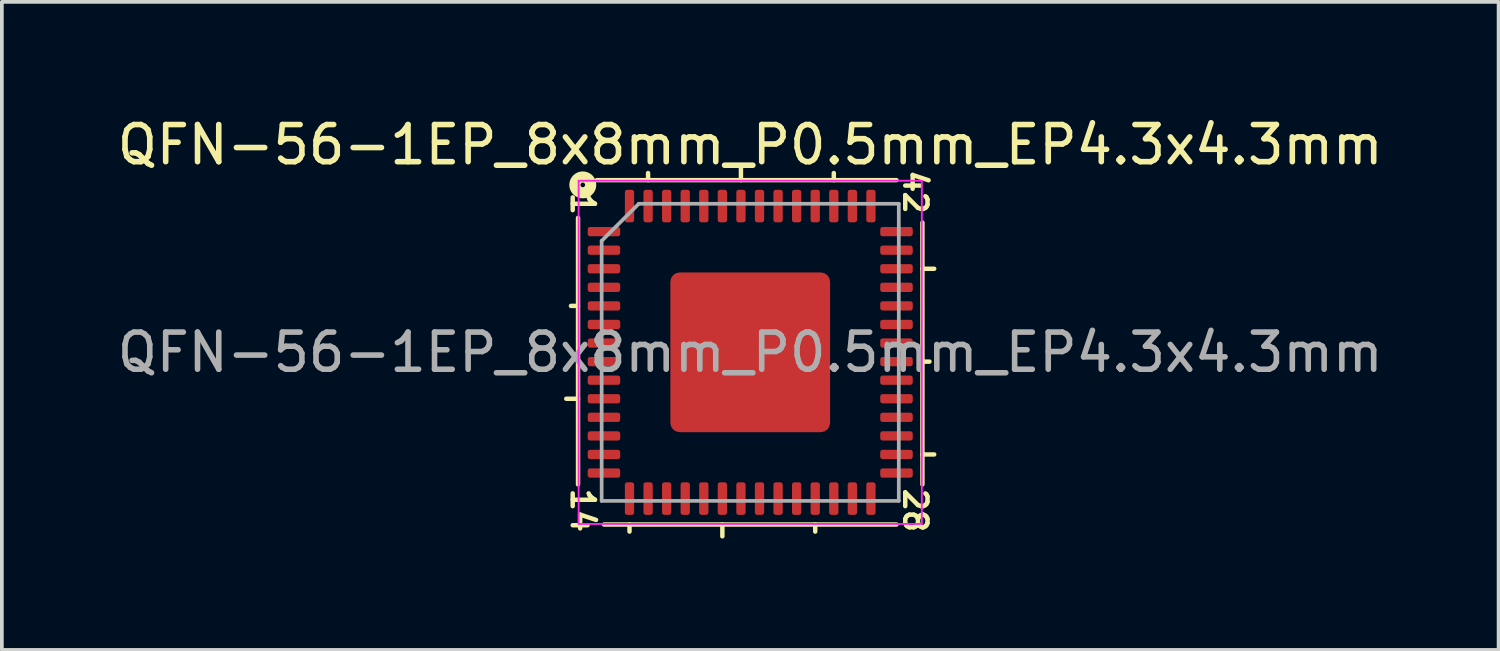
<source format=kicad_pcb>
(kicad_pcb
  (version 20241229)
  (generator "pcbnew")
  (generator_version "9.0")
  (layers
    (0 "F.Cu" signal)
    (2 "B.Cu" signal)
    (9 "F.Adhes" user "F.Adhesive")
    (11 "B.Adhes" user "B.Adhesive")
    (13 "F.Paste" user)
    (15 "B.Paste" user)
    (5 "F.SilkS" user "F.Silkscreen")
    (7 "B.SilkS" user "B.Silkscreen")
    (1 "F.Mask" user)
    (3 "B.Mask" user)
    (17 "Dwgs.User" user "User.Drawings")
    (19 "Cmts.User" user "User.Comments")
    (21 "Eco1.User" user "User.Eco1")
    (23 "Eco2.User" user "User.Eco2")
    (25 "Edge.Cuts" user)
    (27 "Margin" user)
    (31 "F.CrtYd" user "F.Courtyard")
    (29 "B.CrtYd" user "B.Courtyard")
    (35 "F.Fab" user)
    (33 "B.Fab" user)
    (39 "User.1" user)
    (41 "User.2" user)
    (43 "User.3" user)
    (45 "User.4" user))
  (footprint "QFN-56-1EP_8x8mm_P0.5mm_EP4.3x4.3mm"
    (layer "F.Cu")
    (at 17.149 6.436)
    (property "Reference" "QFN-56-1EP_8x8mm_P0.5mm_EP4.3x4.3mm" (at 0 -5.588 0) (layer "F.SilkS") (effects (font (size 1 1) (thickness 0.15))))
    (attr smd)
    (fp_line (start -4.636 -3.619) (end -4.636 3.556) (stroke (width 0.12) (type solid)) (layer "F.SilkS"))
    (fp_line (start -4.636 -1.25) (end -4.826 -1.25) (stroke (width 0.12) (type solid)) (layer "F.SilkS"))
    (fp_line (start -4.636 1.25) (end -4.953 1.25) (stroke (width 0.12) (type solid)) (layer "F.SilkS"))
    (fp_line (start -3.937 4.636) (end 3.937 4.636) (stroke (width 0.12) (type solid)) (layer "F.SilkS"))
    (fp_line (start -3.25 4.826) (end -3.25 4.636) (stroke (width 0.12) (type solid)) (layer "F.SilkS"))
    (fp_line (start -2.75 -4.636) (end -2.75 -4.826) (stroke (width 0.12) (type solid)) (layer "F.SilkS"))
    (fp_line (start -0.75 4.953) (end -0.75 4.636) (stroke (width 0.12) (type solid)) (layer "F.SilkS"))
    (fp_line (start -0.25 -4.636) (end -0.25 -4.953) (stroke (width 0.12) (type solid)) (layer "F.SilkS"))
    (fp_line (start 1.75 4.826) (end 1.75 4.636) (stroke (width 0.12) (type solid)) (layer "F.SilkS"))
    (fp_line (start 2.25 -4.636) (end 2.25 -4.826) (stroke (width 0.12) (type solid)) (layer "F.SilkS"))
    (fp_line (start 3.937 -4.636) (end -4.128 -4.636) (stroke (width 0.12) (type solid)) (layer "F.SilkS"))
    (fp_line (start 4.636 -2.25) (end 4.953 -2.25) (stroke (width 0.12) (type solid)) (layer "F.SilkS"))
    (fp_line (start 4.636 0.25) (end 4.826 0.25) (stroke (width 0.12) (type solid)) (layer "F.SilkS"))
    (fp_line (start 4.636 2.75) (end 4.953 2.75) (stroke (width 0.12) (type solid)) (layer "F.SilkS"))
    (fp_line (start 4.636 3.556) (end 4.636 -3.493) (stroke (width 0.12) (type solid)) (layer "F.SilkS"))
    (fp_circle (center -4.508 -4.508) (end -4.445 -4.508) (stroke (width 0.3) (type solid)) (fill no) (layer "F.SilkS"))
    (fp_line (start -4.62 -4.62) (end -4.62 4.62) (stroke (width 0.05) (type solid)) (layer "F.CrtYd"))
    (fp_line (start -4.62 4.62) (end 4.62 4.62) (stroke (width 0.05) (type solid)) (layer "F.CrtYd"))
    (fp_line (start 4.62 -4.62) (end -4.62 -4.62) (stroke (width 0.05) (type solid)) (layer "F.CrtYd"))
    (fp_line (start 4.62 4.62) (end 4.62 -4.62) (stroke (width 0.05) (type solid)) (layer "F.CrtYd"))
    (fp_line (start -4 -3) (end -3 -4) (stroke (width 0.1) (type solid)) (layer "F.Fab"))
    (fp_line (start -4 4) (end -4 -3) (stroke (width 0.1) (type solid)) (layer "F.Fab"))
    (fp_line (start -3 -4) (end 4 -4) (stroke (width 0.1) (type solid)) (layer "F.Fab"))
    (fp_line (start 4 -4) (end 4 4) (stroke (width 0.1) (type solid)) (layer "F.Fab"))
    (fp_line (start 4 4) (end -4 4) (stroke (width 0.1) (type solid)) (layer "F.Fab"))
    (fp_text user "14" (at -4.508 4.255 270) (unlocked yes) (layer "F.SilkS") (effects (font (size 0.6 0.6) (thickness 0.12))))
    (fp_text user "28" (at 4.445 4.255 270) (unlocked yes) (layer "F.SilkS") (effects (font (size 0.6 0.6) (thickness 0.12))))
    (fp_text user "42" (at 4.445 -4.318 270) (unlocked yes) (layer "F.SilkS") (effects (font (size 0.6 0.6) (thickness 0.12))))
    (fp_text user "1" (at -4.508 -4 270) (unlocked yes) (layer "F.SilkS") (effects (font (size 0.6 0.6) (thickness 0.12))))
    (fp_text user "${REFERENCE}" (at 0 0 0) (layer "F.Fab") (effects (font (size 1 1) (thickness 0.15))))
    (pad "" smd roundrect (at -1.62 -1.62) (size 0.87 0.87) (layers "F.Paste") (roundrect_rratio 0.25))
    (pad "" smd roundrect (at -1.62 -0.54) (size 0.87 0.87) (layers "F.Paste") (roundrect_rratio 0.25))
    (pad "" smd roundrect (at -1.62 0.54) (size 0.87 0.87) (layers "F.Paste") (roundrect_rratio 0.25))
    (pad "" smd roundrect (at -1.62 1.62) (size 0.87 0.87) (layers "F.Paste") (roundrect_rratio 0.25))
    (pad "" smd roundrect (at -0.54 -1.62) (size 0.87 0.87) (layers "F.Paste") (roundrect_rratio 0.25))
    (pad "" smd roundrect (at -0.54 -0.54) (size 0.87 0.87) (layers "F.Paste") (roundrect_rratio 0.25))
    (pad "" smd roundrect (at -0.54 0.54) (size 0.87 0.87) (layers "F.Paste") (roundrect_rratio 0.25))
    (pad "" smd roundrect (at -0.54 1.62) (size 0.87 0.87) (layers "F.Paste") (roundrect_rratio 0.25))
    (pad "" smd roundrect (at 0.54 -1.62) (size 0.87 0.87) (layers "F.Paste") (roundrect_rratio 0.25))
    (pad "" smd roundrect (at 0.54 -0.54) (size 0.87 0.87) (layers "F.Paste") (roundrect_rratio 0.25))
    (pad "" smd roundrect (at 0.54 0.54) (size 0.87 0.87) (layers "F.Paste") (roundrect_rratio 0.25))
    (pad "" smd roundrect (at 0.54 1.62) (size 0.87 0.87) (layers "F.Paste") (roundrect_rratio 0.25))
    (pad "" smd roundrect (at 1.62 -1.62) (size 0.87 0.87) (layers "F.Paste") (roundrect_rratio 0.25))
    (pad "" smd roundrect (at 1.62 -0.54) (size 0.87 0.87) (layers "F.Paste") (roundrect_rratio 0.25))
    (pad "" smd roundrect (at 1.62 0.54) (size 0.87 0.87) (layers "F.Paste") (roundrect_rratio 0.25))
    (pad "" smd roundrect (at 1.62 1.62) (size 0.87 0.87) (layers "F.Paste") (roundrect_rratio 0.25))
    (pad "1" smd roundrect (at -3.938 -3.25) (size 0.875 0.25) (layers "F.Cu" "F.Mask" "F.Paste") (roundrect_rratio 0.25))
    (pad "2" smd roundrect (at -3.938 -2.75) (size 0.875 0.25) (layers "F.Cu" "F.Mask" "F.Paste") (roundrect_rratio 0.25))
    (pad "3" smd roundrect (at -3.938 -2.25) (size 0.875 0.25) (layers "F.Cu" "F.Mask" "F.Paste") (roundrect_rratio 0.25))
    (pad "4" smd roundrect (at -3.938 -1.75) (size 0.875 0.25) (layers "F.Cu" "F.Mask" "F.Paste") (roundrect_rratio 0.25))
    (pad "5" smd roundrect (at -3.938 -1.25) (size 0.875 0.25) (layers "F.Cu" "F.Mask" "F.Paste") (roundrect_rratio 0.25))
    (pad "6" smd roundrect (at -3.938 -0.75) (size 0.875 0.25) (layers "F.Cu" "F.Mask" "F.Paste") (roundrect_rratio 0.25))
    (pad "7" smd roundrect (at -3.938 -0.25) (size 0.875 0.25) (layers "F.Cu" "F.Mask" "F.Paste") (roundrect_rratio 0.25))
    (pad "8" smd roundrect (at -3.938 0.25) (size 0.875 0.25) (layers "F.Cu" "F.Mask" "F.Paste") (roundrect_rratio 0.25))
    (pad "9" smd roundrect (at -3.938 0.75) (size 0.875 0.25) (layers "F.Cu" "F.Mask" "F.Paste") (roundrect_rratio 0.25))
    (pad "10" smd roundrect (at -3.938 1.25) (size 0.875 0.25) (layers "F.Cu" "F.Mask" "F.Paste") (roundrect_rratio 0.25))
    (pad "11" smd roundrect (at -3.938 1.75) (size 0.875 0.25) (layers "F.Cu" "F.Mask" "F.Paste") (roundrect_rratio 0.25))
    (pad "12" smd roundrect (at -3.938 2.25) (size 0.875 0.25) (layers "F.Cu" "F.Mask" "F.Paste") (roundrect_rratio 0.25))
    (pad "13" smd roundrect (at -3.938 2.75) (size 0.875 0.25) (layers "F.Cu" "F.Mask" "F.Paste") (roundrect_rratio 0.25))
    (pad "14" smd roundrect (at -3.938 3.25) (size 0.875 0.25) (layers "F.Cu" "F.Mask" "F.Paste") (roundrect_rratio 0.25))
    (pad "15" smd roundrect (at -3.25 3.938) (size 0.25 0.875) (layers "F.Cu" "F.Mask" "F.Paste") (roundrect_rratio 0.25))
    (pad "16" smd roundrect (at -2.75 3.938) (size 0.25 0.875) (layers "F.Cu" "F.Mask" "F.Paste") (roundrect_rratio 0.25))
    (pad "17" smd roundrect (at -2.25 3.938) (size 0.25 0.875) (layers "F.Cu" "F.Mask" "F.Paste") (roundrect_rratio 0.25))
    (pad "18" smd roundrect (at -1.75 3.938) (size 0.25 0.875) (layers "F.Cu" "F.Mask" "F.Paste") (roundrect_rratio 0.25))
    (pad "19" smd roundrect (at -1.25 3.938) (size 0.25 0.875) (layers "F.Cu" "F.Mask" "F.Paste") (roundrect_rratio 0.25))
    (pad "20" smd roundrect (at -0.75 3.938) (size 0.25 0.875) (layers "F.Cu" "F.Mask" "F.Paste") (roundrect_rratio 0.25))
    (pad "21" smd roundrect (at -0.25 3.938) (size 0.25 0.875) (layers "F.Cu" "F.Mask" "F.Paste") (roundrect_rratio 0.25))
    (pad "22" smd roundrect (at 0.25 3.938) (size 0.25 0.875) (layers "F.Cu" "F.Mask" "F.Paste") (roundrect_rratio 0.25))
    (pad "23" smd roundrect (at 0.75 3.938) (size 0.25 0.875) (layers "F.Cu" "F.Mask" "F.Paste") (roundrect_rratio 0.25))
    (pad "24" smd roundrect (at 1.25 3.938) (size 0.25 0.875) (layers "F.Cu" "F.Mask" "F.Paste") (roundrect_rratio 0.25))
    (pad "25" smd roundrect (at 1.75 3.938) (size 0.25 0.875) (layers "F.Cu" "F.Mask" "F.Paste") (roundrect_rratio 0.25))
    (pad "26" smd roundrect (at 2.25 3.938) (size 0.25 0.875) (layers "F.Cu" "F.Mask" "F.Paste") (roundrect_rratio 0.25))
    (pad "27" smd roundrect (at 2.75 3.938) (size 0.25 0.875) (layers "F.Cu" "F.Mask" "F.Paste") (roundrect_rratio 0.25))
    (pad "28" smd roundrect (at 3.25 3.938) (size 0.25 0.875) (layers "F.Cu" "F.Mask" "F.Paste") (roundrect_rratio 0.25))
    (pad "29" smd roundrect (at 3.938 3.25) (size 0.875 0.25) (layers "F.Cu" "F.Mask" "F.Paste") (roundrect_rratio 0.25))
    (pad "30" smd roundrect (at 3.938 2.75) (size 0.875 0.25) (layers "F.Cu" "F.Mask" "F.Paste") (roundrect_rratio 0.25))
    (pad "31" smd roundrect (at 3.938 2.25) (size 0.875 0.25) (layers "F.Cu" "F.Mask" "F.Paste") (roundrect_rratio 0.25))
    (pad "32" smd roundrect (at 3.938 1.75) (size 0.875 0.25) (layers "F.Cu" "F.Mask" "F.Paste") (roundrect_rratio 0.25))
    (pad "33" smd roundrect (at 3.938 1.25) (size 0.875 0.25) (layers "F.Cu" "F.Mask" "F.Paste") (roundrect_rratio 0.25))
    (pad "34" smd roundrect (at 3.938 0.75) (size 0.875 0.25) (layers "F.Cu" "F.Mask" "F.Paste") (roundrect_rratio 0.25))
    (pad "35" smd roundrect (at 3.938 0.25) (size 0.875 0.25) (layers "F.Cu" "F.Mask" "F.Paste") (roundrect_rratio 0.25))
    (pad "36" smd roundrect (at 3.938 -0.25) (size 0.875 0.25) (layers "F.Cu" "F.Mask" "F.Paste") (roundrect_rratio 0.25))
    (pad "37" smd roundrect (at 3.938 -0.75) (size 0.875 0.25) (layers "F.Cu" "F.Mask" "F.Paste") (roundrect_rratio 0.25))
    (pad "38" smd roundrect (at 3.938 -1.25) (size 0.875 0.25) (layers "F.Cu" "F.Mask" "F.Paste") (roundrect_rratio 0.25))
    (pad "39" smd roundrect (at 3.938 -1.75) (size 0.875 0.25) (layers "F.Cu" "F.Mask" "F.Paste") (roundrect_rratio 0.25))
    (pad "40" smd roundrect (at 3.938 -2.25) (size 0.875 0.25) (layers "F.Cu" "F.Mask" "F.Paste") (roundrect_rratio 0.25))
    (pad "41" smd roundrect (at 3.938 -2.75) (size 0.875 0.25) (layers "F.Cu" "F.Mask" "F.Paste") (roundrect_rratio 0.25))
    (pad "42" smd roundrect (at 3.938 -3.25) (size 0.875 0.25) (layers "F.Cu" "F.Mask" "F.Paste") (roundrect_rratio 0.25))
    (pad "43" smd roundrect (at 3.25 -3.938) (size 0.25 0.875) (layers "F.Cu" "F.Mask" "F.Paste") (roundrect_rratio 0.25))
    (pad "44" smd roundrect (at 2.75 -3.938) (size 0.25 0.875) (layers "F.Cu" "F.Mask" "F.Paste") (roundrect_rratio 0.25))
    (pad "45" smd roundrect (at 2.25 -3.938) (size 0.25 0.875) (layers "F.Cu" "F.Mask" "F.Paste") (roundrect_rratio 0.25))
    (pad "46" smd roundrect (at 1.75 -3.938) (size 0.25 0.875) (layers "F.Cu" "F.Mask" "F.Paste") (roundrect_rratio 0.25))
    (pad "47" smd roundrect (at 1.25 -3.938) (size 0.25 0.875) (layers "F.Cu" "F.Mask" "F.Paste") (roundrect_rratio 0.25))
    (pad "48" smd roundrect (at 0.75 -3.938) (size 0.25 0.875) (layers "F.Cu" "F.Mask" "F.Paste") (roundrect_rratio 0.25))
    (pad "49" smd roundrect (at 0.25 -3.938) (size 0.25 0.875) (layers "F.Cu" "F.Mask" "F.Paste") (roundrect_rratio 0.25))
    (pad "50" smd roundrect (at -0.25 -3.938) (size 0.25 0.875) (layers "F.Cu" "F.Mask" "F.Paste") (roundrect_rratio 0.25))
    (pad "51" smd roundrect (at -0.75 -3.938) (size 0.25 0.875) (layers "F.Cu" "F.Mask" "F.Paste") (roundrect_rratio 0.25))
    (pad "52" smd roundrect (at -1.25 -3.938) (size 0.25 0.875) (layers "F.Cu" "F.Mask" "F.Paste") (roundrect_rratio 0.25))
    (pad "53" smd roundrect (at -1.75 -3.938) (size 0.25 0.875) (layers "F.Cu" "F.Mask" "F.Paste") (roundrect_rratio 0.25))
    (pad "54" smd roundrect (at -2.25 -3.938) (size 0.25 0.875) (layers "F.Cu" "F.Mask" "F.Paste") (roundrect_rratio 0.25))
    (pad "55" smd roundrect (at -2.75 -3.938) (size 0.25 0.875) (layers "F.Cu" "F.Mask" "F.Paste") (roundrect_rratio 0.25))
    (pad "56" smd roundrect (at -3.25 -3.938) (size 0.25 0.875) (layers "F.Cu" "F.Mask" "F.Paste") (roundrect_rratio 0.25))
    (pad "57" smd roundrect (at 0 0) (size 4.3 4.3) (layers "F.Cu" "F.Mask") (roundrect_rratio 0.058)))
  (gr_rect
    (start -3 -3)
    (end 37.298 14.449)
    (stroke (width 0.1) (type default))
    (fill no)
    (layer "Edge.Cuts")))
</source>
